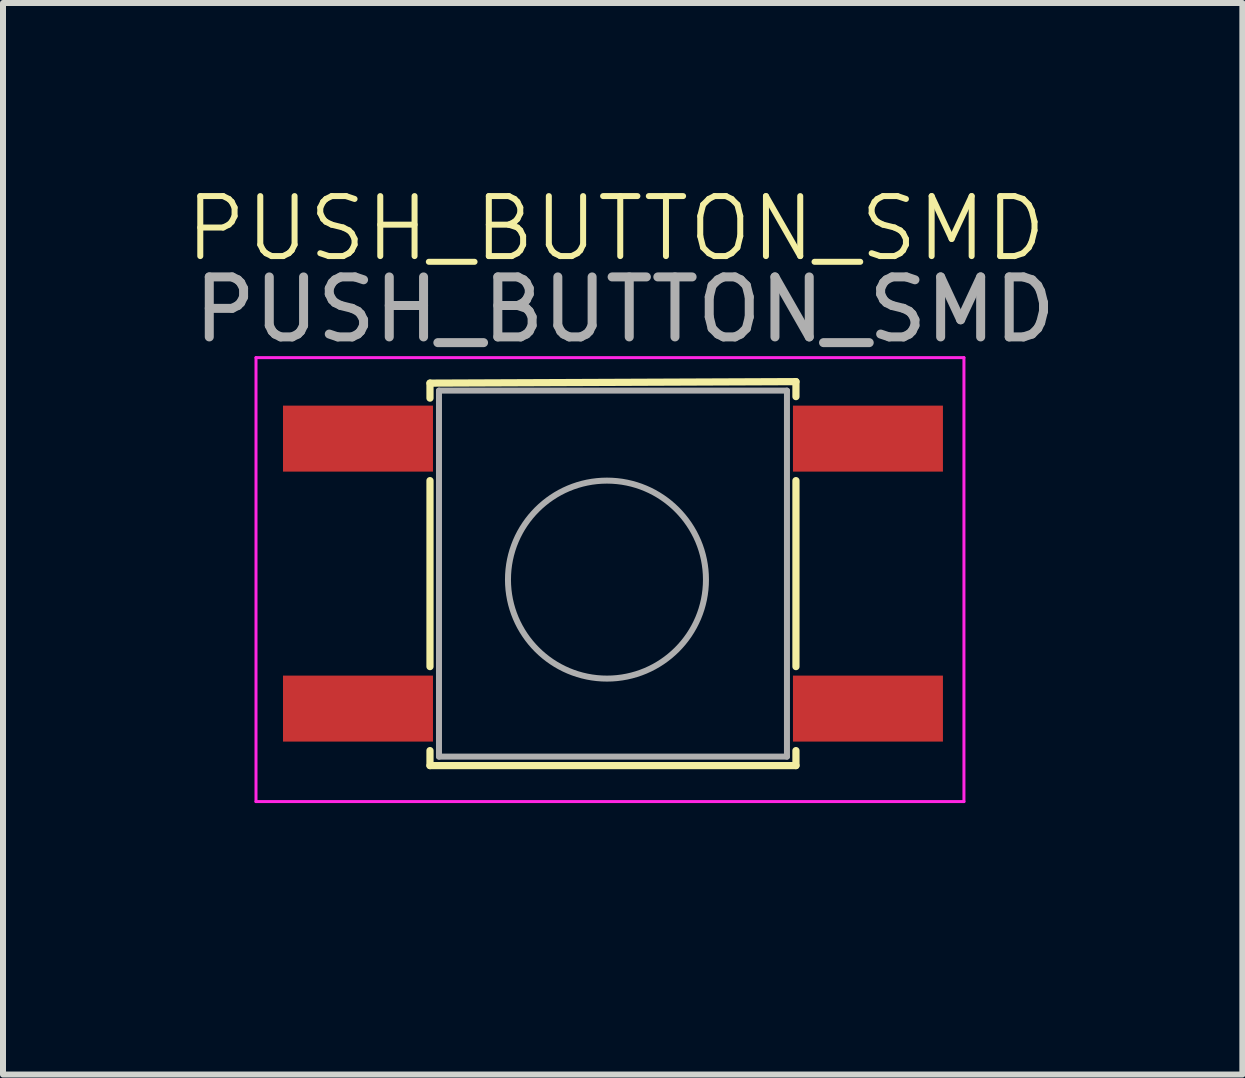
<source format=kicad_pcb>
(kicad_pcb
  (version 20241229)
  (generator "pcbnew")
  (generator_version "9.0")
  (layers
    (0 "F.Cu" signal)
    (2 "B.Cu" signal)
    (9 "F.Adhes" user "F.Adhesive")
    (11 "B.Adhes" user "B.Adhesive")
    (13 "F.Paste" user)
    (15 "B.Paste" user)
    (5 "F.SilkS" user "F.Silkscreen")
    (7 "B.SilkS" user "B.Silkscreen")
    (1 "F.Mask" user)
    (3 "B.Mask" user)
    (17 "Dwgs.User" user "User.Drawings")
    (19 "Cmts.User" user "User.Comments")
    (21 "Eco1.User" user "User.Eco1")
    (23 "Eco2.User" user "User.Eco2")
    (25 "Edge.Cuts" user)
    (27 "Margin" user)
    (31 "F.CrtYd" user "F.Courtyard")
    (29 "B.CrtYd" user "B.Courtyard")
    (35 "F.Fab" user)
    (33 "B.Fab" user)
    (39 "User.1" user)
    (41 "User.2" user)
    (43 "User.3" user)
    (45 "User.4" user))
  (footprint "PUSH_BUTTON_SMD"
    (layer "F.Cu")
    (at 7.217 11.611)
    (property "Reference" "PUSH_BUTTON_SMD" (at 0 -10.85 0) (unlocked yes) (layer "F.SilkS") (effects (font (size 1 1) (thickness 0.1))))
    (attr smd)
    (fp_line (start -3.1 -8.275) (end 3 -8.3) (stroke (width 0.12) (type solid)) (layer "F.SilkS"))
    (fp_line (start -3.1 -8.025) (end -3.1 -8.275) (stroke (width 0.12) (type solid)) (layer "F.SilkS"))
    (fp_line (start -3.1 -3.55) (end -3.1 -6.65) (stroke (width 0.12) (type solid)) (layer "F.SilkS"))
    (fp_line (start -3.1 -1.9) (end -3.1 -2.15) (stroke (width 0.12) (type solid)) (layer "F.SilkS"))
    (fp_line (start 3 -8.3) (end 3 -8.05) (stroke (width 0.12) (type solid)) (layer "F.SilkS"))
    (fp_line (start 3 -6.65) (end 3 -3.55) (stroke (width 0.12) (type solid)) (layer "F.SilkS"))
    (fp_line (start 3 -2.15) (end 3 -1.9) (stroke (width 0.12) (type solid)) (layer "F.SilkS"))
    (fp_line (start 3 -1.9) (end -3.1 -1.9) (stroke (width 0.12) (type solid)) (layer "F.SilkS"))
    (fp_line (start -6 -8.7) (end -6 -1.3) (stroke (width 0.05) (type solid)) (layer "F.CrtYd"))
    (fp_line (start -6 -1.3) (end 5.8 -1.3) (stroke (width 0.05) (type solid)) (layer "F.CrtYd"))
    (fp_line (start 5.8 -8.7) (end -6 -8.7) (stroke (width 0.05) (type solid)) (layer "F.CrtYd"))
    (fp_line (start 5.8 -1.3) (end 5.8 -8.7) (stroke (width 0.05) (type solid)) (layer "F.CrtYd"))
    (fp_line (start -2.95 -8.15) (end 2.85 -8.15) (stroke (width 0.1) (type solid)) (layer "F.Fab"))
    (fp_line (start -2.95 -2.05) (end -2.95 -8.15) (stroke (width 0.1) (type solid)) (layer "F.Fab"))
    (fp_line (start 2.85 -8.15) (end 2.85 -2.05) (stroke (width 0.1) (type solid)) (layer "F.Fab"))
    (fp_line (start 2.85 -2.05) (end -2.95 -2.05) (stroke (width 0.1) (type solid)) (layer "F.Fab"))
    (fp_circle (center -0.15 -5) (end 1.5 -5) (stroke (width 0.1) (type solid)) (fill no) (layer "F.Fab"))
    (fp_text user "${REFERENCE}" (at 0.15 -9.5 0) (layer "F.Fab") (effects (font (size 1 1) (thickness 0.15))))
    (pad "1" smd rect (at -4.3 -7.35) (size 2.5 1.1) (layers "F.Cu" "F.Mask" "F.Paste"))
    (pad "1" smd rect (at 4.2 -7.35) (size 2.5 1.1) (layers "F.Cu" "F.Mask" "F.Paste"))
    (pad "2" smd rect (at -4.3 -2.85) (size 2.5 1.1) (layers "F.Cu" "F.Mask" "F.Paste"))
    (pad "2" smd rect (at 4.2 -2.85) (size 2.5 1.1) (layers "F.Cu" "F.Mask" "F.Paste")))
  (gr_rect
    (start -3 -3)
    (end 17.658 14.861)
    (stroke (width 0.1) (type default))
    (fill no)
    (layer "Edge.Cuts")))
</source>
